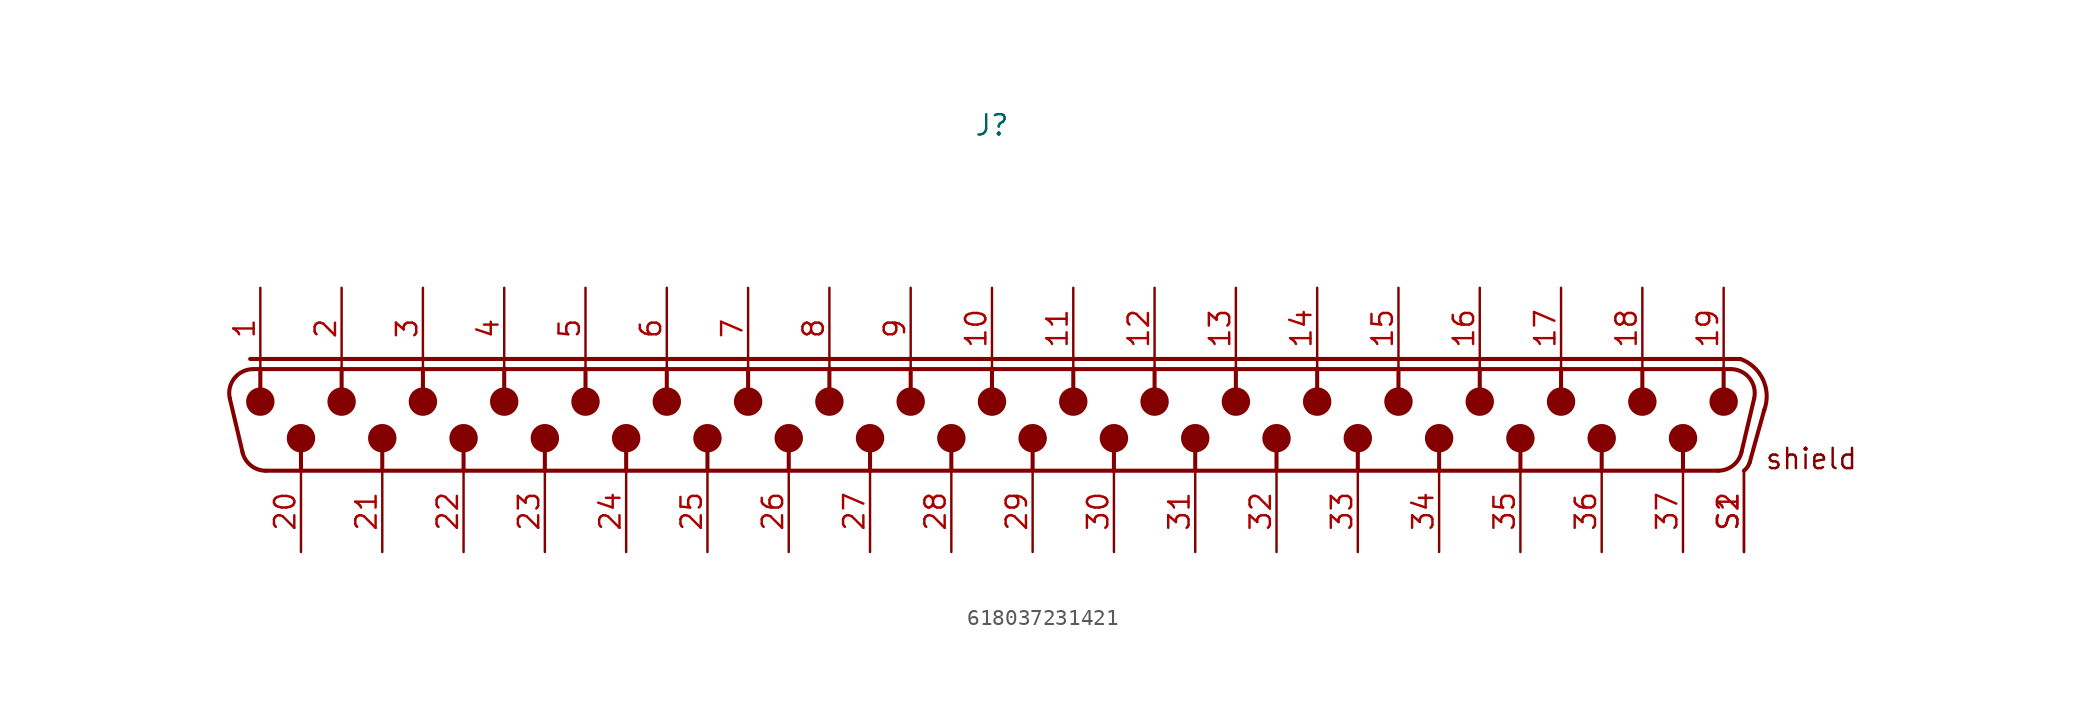
<source format=kicad_sym>
(kicad_symbol_lib
  (version 20241209)
  (generator "kicad_symbol_editor")
  (generator_version "9.0")
  (symbol "618037231421"
    (pin_names
      (hide yes))
    (property "Reference" "J"
      (at 0 17.78 0)
      (effects (font (size 1.27 1.27))))
    (symbol "618037231421_1_0"
      (polyline (pts (xy -46.833 -2.655) (xy -47.624 0.695)) (stroke (width 0.254) (type solid)) (fill (type none)))
      (polyline (pts (xy -46.355 3.175) (xy 46.76 3.175)) (stroke (width 0.254) (type solid)) (fill (type none)))
      (polyline (pts (xy -46.164 2.54) (xy 46.164 2.54)) (stroke (width 0.254) (type solid)) (fill (type none)))
      (arc (start -47.6242 0.695) (mid -47.3407 1.9707) (end -46.1643 2.54) (stroke (width 0.254) (type solid)) (fill (type none)))
      (polyline (pts (xy -45.72 2.58) (xy -45.72 0.4)) (stroke (width 0.254) (type solid)) (fill (type none)))
      (circle (center -45.72 0.508) (radius 0.762) (stroke (width 0.254) (type solid)) (fill (type outline)))
      (arc (start -45.373 -3.81) (mid -46.3038 -3.4862) (end -46.8328 -2.6547) (stroke (width 0.254) (type solid)) (fill (type none)))
      (circle (center -43.18 -1.778) (radius 0.762) (stroke (width 0.254) (type solid)) (fill (type outline)))
      (polyline (pts (xy -43.18 -3.81) (xy -43.18 -1.63)) (stroke (width 0.254) (type solid)) (fill (type none)))
      (polyline (pts (xy -40.64 2.58) (xy -40.64 0.4)) (stroke (width 0.254) (type solid)) (fill (type none)))
      (circle (center -40.64 0.508) (radius 0.762) (stroke (width 0.254) (type solid)) (fill (type outline)))
      (circle (center -38.1 -1.778) (radius 0.762) (stroke (width 0.254) (type solid)) (fill (type outline)))
      (polyline (pts (xy -38.1 -3.81) (xy -38.1 -1.63)) (stroke (width 0.254) (type solid)) (fill (type none)))
      (polyline (pts (xy -35.56 2.58) (xy -35.56 0.4)) (stroke (width 0.254) (type solid)) (fill (type none)))
      (circle (center -35.56 0.508) (radius 0.762) (stroke (width 0.254) (type solid)) (fill (type outline)))
      (circle (center -33.02 -1.778) (radius 0.762) (stroke (width 0.254) (type solid)) (fill (type outline)))
      (polyline (pts (xy -33.02 -3.81) (xy -33.02 -1.63)) (stroke (width 0.254) (type solid)) (fill (type none)))
      (polyline (pts (xy -30.48 2.58) (xy -30.48 0.4)) (stroke (width 0.254) (type solid)) (fill (type none)))
      (circle (center -30.48 0.508) (radius 0.762) (stroke (width 0.254) (type solid)) (fill (type outline)))
      (circle (center -27.94 -1.778) (radius 0.762) (stroke (width 0.254) (type solid)) (fill (type outline)))
      (polyline (pts (xy -27.94 -3.81) (xy -27.94 -1.63)) (stroke (width 0.254) (type solid)) (fill (type none)))
      (polyline (pts (xy -25.4 2.58) (xy -25.4 0.4)) (stroke (width 0.254) (type solid)) (fill (type none)))
      (circle (center -25.4 0.508) (radius 0.762) (stroke (width 0.254) (type solid)) (fill (type outline)))
      (circle (center -22.86 -1.778) (radius 0.762) (stroke (width 0.254) (type solid)) (fill (type outline)))
      (polyline (pts (xy -22.86 -3.81) (xy -22.86 -1.63)) (stroke (width 0.254) (type solid)) (fill (type none)))
      (polyline (pts (xy -20.32 2.58) (xy -20.32 0.4)) (stroke (width 0.254) (type solid)) (fill (type none)))
      (circle (center -20.32 0.508) (radius 0.762) (stroke (width 0.254) (type solid)) (fill (type outline)))
      (circle (center -17.78 -1.778) (radius 0.762) (stroke (width 0.254) (type solid)) (fill (type outline)))
      (polyline (pts (xy -17.78 -3.81) (xy -17.78 -1.63)) (stroke (width 0.254) (type solid)) (fill (type none)))
      (polyline (pts (xy -15.24 2.58) (xy -15.24 0.4)) (stroke (width 0.254) (type solid)) (fill (type none)))
      (circle (center -15.24 0.508) (radius 0.762) (stroke (width 0.254) (type solid)) (fill (type outline)))
      (circle (center -12.7 -1.778) (radius 0.762) (stroke (width 0.254) (type solid)) (fill (type outline)))
      (polyline (pts (xy -12.7 -3.81) (xy -12.7 -1.63)) (stroke (width 0.254) (type solid)) (fill (type none)))
      (polyline (pts (xy -10.16 2.58) (xy -10.16 0.4)) (stroke (width 0.254) (type solid)) (fill (type none)))
      (circle (center -10.16 0.508) (radius 0.762) (stroke (width 0.254) (type solid)) (fill (type outline)))
      (circle (center -7.62 -1.778) (radius 0.762) (stroke (width 0.254) (type solid)) (fill (type outline)))
      (polyline (pts (xy -7.62 -3.81) (xy -7.62 -1.63)) (stroke (width 0.254) (type solid)) (fill (type none)))
      (polyline (pts (xy -5.08 2.58) (xy -5.08 0.4)) (stroke (width 0.254) (type solid)) (fill (type none)))
      (circle (center -5.08 0.508) (radius 0.762) (stroke (width 0.254) (type solid)) (fill (type outline)))
      (circle (center -2.54 -1.778) (radius 0.762) (stroke (width 0.254) (type solid)) (fill (type outline)))
      (polyline (pts (xy -2.54 -3.81) (xy -2.54 -1.63)) (stroke (width 0.254) (type solid)) (fill (type none)))
      (polyline (pts (xy 0 2.58) (xy 0 0.4)) (stroke (width 0.254) (type solid)) (fill (type none)))
      (circle (center 0 0.508) (radius 0.762) (stroke (width 0.254) (type solid)) (fill (type outline)))
      (circle (center 2.54 -1.778) (radius 0.762) (stroke (width 0.254) (type solid)) (fill (type outline)))
      (polyline (pts (xy 2.54 -3.81) (xy 2.54 -1.63)) (stroke (width 0.254) (type solid)) (fill (type none)))
      (polyline (pts (xy 5.08 2.58) (xy 5.08 0.4)) (stroke (width 0.254) (type solid)) (fill (type none)))
      (circle (center 5.08 0.508) (radius 0.762) (stroke (width 0.254) (type solid)) (fill (type outline)))
      (circle (center 7.62 -1.778) (radius 0.762) (stroke (width 0.254) (type solid)) (fill (type outline)))
      (polyline (pts (xy 7.62 -3.81) (xy 7.62 -1.63)) (stroke (width 0.254) (type solid)) (fill (type none)))
      (polyline (pts (xy 10.16 2.58) (xy 10.16 0.4)) (stroke (width 0.254) (type solid)) (fill (type none)))
      (circle (center 10.16 0.508) (radius 0.762) (stroke (width 0.254) (type solid)) (fill (type outline)))
      (circle (center 12.7 -1.778) (radius 0.762) (stroke (width 0.254) (type solid)) (fill (type outline)))
      (polyline (pts (xy 12.7 -3.81) (xy 12.7 -1.63)) (stroke (width 0.254) (type solid)) (fill (type none)))
      (polyline (pts (xy 15.24 2.58) (xy 15.24 0.4)) (stroke (width 0.254) (type solid)) (fill (type none)))
      (circle (center 15.24 0.508) (radius 0.762) (stroke (width 0.254) (type solid)) (fill (type outline)))
      (circle (center 17.78 -1.778) (radius 0.762) (stroke (width 0.254) (type solid)) (fill (type outline)))
      (polyline (pts (xy 17.78 -3.81) (xy 17.78 -1.63)) (stroke (width 0.254) (type solid)) (fill (type none)))
      (polyline (pts (xy 20.32 2.58) (xy 20.32 0.4)) (stroke (width 0.254) (type solid)) (fill (type none)))
      (circle (center 20.32 0.508) (radius 0.762) (stroke (width 0.254) (type solid)) (fill (type outline)))
      (circle (center 22.86 -1.778) (radius 0.762) (stroke (width 0.254) (type solid)) (fill (type outline)))
      (polyline (pts (xy 22.86 -3.81) (xy 22.86 -1.63)) (stroke (width 0.254) (type solid)) (fill (type none)))
      (polyline (pts (xy 25.4 2.58) (xy 25.4 0.4)) (stroke (width 0.254) (type solid)) (fill (type none)))
      (circle (center 25.4 0.508) (radius 0.762) (stroke (width 0.254) (type solid)) (fill (type outline)))
      (circle (center 27.94 -1.778) (radius 0.762) (stroke (width 0.254) (type solid)) (fill (type outline)))
      (polyline (pts (xy 27.94 -3.81) (xy 27.94 -1.63)) (stroke (width 0.254) (type solid)) (fill (type none)))
      (polyline (pts (xy 30.48 2.58) (xy 30.48 0.4)) (stroke (width 0.254) (type solid)) (fill (type none)))
      (circle (center 30.48 0.508) (radius 0.762) (stroke (width 0.254) (type solid)) (fill (type outline)))
      (circle (center 33.02 -1.778) (radius 0.762) (stroke (width 0.254) (type solid)) (fill (type outline)))
      (polyline (pts (xy 33.02 -3.81) (xy 33.02 -1.63)) (stroke (width 0.254) (type solid)) (fill (type none)))
      (polyline (pts (xy 35.56 2.58) (xy 35.56 0.4)) (stroke (width 0.254) (type solid)) (fill (type none)))
      (circle (center 35.56 0.508) (radius 0.762) (stroke (width 0.254) (type solid)) (fill (type outline)))
      (circle (center 38.1 -1.778) (radius 0.762) (stroke (width 0.254) (type solid)) (fill (type outline)))
      (polyline (pts (xy 38.1 -3.81) (xy 38.1 -1.63)) (stroke (width 0.254) (type solid)) (fill (type none)))
      (polyline (pts (xy 40.64 2.58) (xy 40.64 0.4)) (stroke (width 0.254) (type solid)) (fill (type none)))
      (circle (center 40.64 0.508) (radius 0.762) (stroke (width 0.254) (type solid)) (fill (type outline)))
      (circle (center 43.18 -1.778) (radius 0.762) (stroke (width 0.254) (type solid)) (fill (type outline)))
      (polyline (pts (xy 43.18 -3.81) (xy 43.18 -1.63)) (stroke (width 0.254) (type solid)) (fill (type none)))
      (arc (start 46.8328 -2.6548) (mid 46.3037 -3.4863) (end 45.3729 -3.81) (stroke (width 0.254) (type solid)) (fill (type none)))
      (polyline (pts (xy 45.373 -3.81) (xy -45.373 -3.81)) (stroke (width 0.254) (type solid)) (fill (type none)))
      (polyline (pts (xy 45.72 2.58) (xy 45.72 0.4)) (stroke (width 0.254) (type solid)) (fill (type none)))
      (circle (center 45.72 0.508) (radius 0.762) (stroke (width 0.254) (type solid)) (fill (type outline)))
      (arc (start 46.76 3.175) (mid 48.1707 1.8996) (end 48.26 0) (stroke (width 0.254) (type solid)) (fill (type none)))
      (arc (start 46.1643 2.54) (mid 47.3407 1.9707) (end 47.6242 0.695) (stroke (width 0.254) (type solid)) (fill (type none)))
      (arc (start 47.3439 -3.3037) (mid 47.2048 -3.5833) (end 46.99 -3.81) (stroke (width 0.254) (type solid)) (fill (type none)))
      (polyline (pts (xy 47.344 -3.304) (xy 48.26 0)) (stroke (width 0.254) (type solid)) (fill (type none)))
      (polyline (pts (xy 47.624 0.695) (xy 46.833 -2.655)) (stroke (width 0.254) (type solid)) (fill (type none)))
      (pin passive line (at -45.72 7.62 270) (length 5.08) (name "1" (effects (font (size 1.27 1.27)))) (number "1" (effects (font (size 1.27 1.27)))))
      (pin passive line (at -43.18 -8.89 90) (length 5.08) (name "20" (effects (font (size 1.27 1.27)))) (number "20" (effects (font (size 1.27 1.27)))))
      (pin passive line (at -40.64 7.62 270) (length 5.08) (name "2" (effects (font (size 1.27 1.27)))) (number "2" (effects (font (size 1.27 1.27)))))
      (pin passive line (at -38.1 -8.89 90) (length 5.08) (name "21" (effects (font (size 1.27 1.27)))) (number "21" (effects (font (size 1.27 1.27)))))
      (pin passive line (at -35.56 7.62 270) (length 5.08) (name "3" (effects (font (size 1.27 1.27)))) (number "3" (effects (font (size 1.27 1.27)))))
      (pin passive line (at -33.02 -8.89 90) (length 5.08) (name "22" (effects (font (size 1.27 1.27)))) (number "22" (effects (font (size 1.27 1.27)))))
      (pin passive line (at -30.48 7.62 270) (length 5.08) (name "4" (effects (font (size 1.27 1.27)))) (number "4" (effects (font (size 1.27 1.27)))))
      (pin passive line (at -27.94 -8.89 90) (length 5.08) (name "23" (effects (font (size 1.27 1.27)))) (number "23" (effects (font (size 1.27 1.27)))))
      (pin passive line (at -25.4 7.62 270) (length 5.08) (name "5" (effects (font (size 1.27 1.27)))) (number "5" (effects (font (size 1.27 1.27)))))
      (pin passive line (at -22.86 -8.89 90) (length 5.08) (name "24" (effects (font (size 1.27 1.27)))) (number "24" (effects (font (size 1.27 1.27)))))
      (pin passive line (at -20.32 7.62 270) (length 5.08) (name "6" (effects (font (size 1.27 1.27)))) (number "6" (effects (font (size 1.27 1.27)))))
      (pin passive line (at -17.78 -8.89 90) (length 5.08) (name "25" (effects (font (size 1.27 1.27)))) (number "25" (effects (font (size 1.27 1.27)))))
      (pin passive line (at -15.24 7.62 270) (length 5.08) (name "7" (effects (font (size 1.27 1.27)))) (number "7" (effects (font (size 1.27 1.27)))))
      (pin passive line (at -12.7 -8.89 90) (length 5.08) (name "26" (effects (font (size 1.27 1.27)))) (number "26" (effects (font (size 1.27 1.27)))))
      (pin passive line (at -10.16 7.62 270) (length 5.08) (name "8" (effects (font (size 1.27 1.27)))) (number "8" (effects (font (size 1.27 1.27)))))
      (pin passive line (at -7.62 -8.89 90) (length 5.08) (name "27" (effects (font (size 1.27 1.27)))) (number "27" (effects (font (size 1.27 1.27)))))
      (pin passive line (at -5.08 7.62 270) (length 5.08) (name "9" (effects (font (size 1.27 1.27)))) (number "9" (effects (font (size 1.27 1.27)))))
      (pin passive line (at -2.54 -8.89 90) (length 5.08) (name "28" (effects (font (size 1.27 1.27)))) (number "28" (effects (font (size 1.27 1.27)))))
      (pin passive line (at 0 7.62 270) (length 5.08) (name "10" (effects (font (size 1.27 1.27)))) (number "10" (effects (font (size 1.27 1.27)))))
      (pin passive line (at 2.54 -8.89 90) (length 5.08) (name "29" (effects (font (size 1.27 1.27)))) (number "29" (effects (font (size 1.27 1.27)))))
      (pin passive line (at 5.08 7.62 270) (length 5.08) (name "11" (effects (font (size 1.27 1.27)))) (number "11" (effects (font (size 1.27 1.27)))))
      (pin passive line (at 7.62 -8.89 90) (length 5.08) (name "30" (effects (font (size 1.27 1.27)))) (number "30" (effects (font (size 1.27 1.27)))))
      (pin passive line (at 10.16 7.62 270) (length 5.08) (name "12" (effects (font (size 1.27 1.27)))) (number "12" (effects (font (size 1.27 1.27)))))
      (pin passive line (at 12.7 -8.89 90) (length 5.08) (name "31" (effects (font (size 1.27 1.27)))) (number "31" (effects (font (size 1.27 1.27)))))
      (pin passive line (at 15.24 7.62 270) (length 5.08) (name "13" (effects (font (size 1.27 1.27)))) (number "13" (effects (font (size 1.27 1.27)))))
      (pin passive line (at 17.78 -8.89 90) (length 5.08) (name "32" (effects (font (size 1.27 1.27)))) (number "32" (effects (font (size 1.27 1.27)))))
      (pin passive line (at 20.32 7.62 270) (length 5.08) (name "14" (effects (font (size 1.27 1.27)))) (number "14" (effects (font (size 1.27 1.27)))))
      (pin passive line (at 22.86 -8.89 90) (length 5.08) (name "33" (effects (font (size 1.27 1.27)))) (number "33" (effects (font (size 1.27 1.27)))))
      (pin passive line (at 25.4 7.62 270) (length 5.08) (name "15" (effects (font (size 1.27 1.27)))) (number "15" (effects (font (size 1.27 1.27)))))
      (pin passive line (at 27.94 -8.89 90) (length 5.08) (name "34" (effects (font (size 1.27 1.27)))) (number "34" (effects (font (size 1.27 1.27)))))
      (pin passive line (at 30.48 7.62 270) (length 5.08) (name "16" (effects (font (size 1.27 1.27)))) (number "16" (effects (font (size 1.27 1.27)))))
      (pin passive line (at 33.02 -8.89 90) (length 5.08) (name "35" (effects (font (size 1.27 1.27)))) (number "35" (effects (font (size 1.27 1.27)))))
      (pin passive line (at 35.56 7.62 270) (length 5.08) (name "17" (effects (font (size 1.27 1.27)))) (number "17" (effects (font (size 1.27 1.27)))))
      (pin passive line (at 38.1 -8.89 90) (length 5.08) (name "36" (effects (font (size 1.27 1.27)))) (number "36" (effects (font (size 1.27 1.27)))))
      (pin passive line (at 40.64 7.62 270) (length 5.08) (name "18" (effects (font (size 1.27 1.27)))) (number "18" (effects (font (size 1.27 1.27)))))
      (pin passive line (at 43.18 -8.89 90) (length 5.08) (name "37" (effects (font (size 1.27 1.27)))) (number "37" (effects (font (size 1.27 1.27)))))
      (pin passive line (at 45.72 7.62 270) (length 5.08) (name "19" (effects (font (size 1.27 1.27)))) (number "19" (effects (font (size 1.27 1.27)))))
      (pin passive line (at 46.99 -8.89 90) (length 5.08) (name "SHIELD" (effects (font (size 1.27 1.27)))) (number "S1" (effects (font (size 1.27 1.27)))))
      (pin passive line (at 46.99 -8.89 90) (length 5.08) (name "SHIELD" (effects (font (size 1.27 1.27)))) (number "S2" (effects (font (size 1.27 1.27))))))
    (symbol "618037231421_1_1"
      (text "shield" (at 48.26 -3.81 0) (effects (font (size 1.27 1.27)) (justify left bottom))))))
</source>
